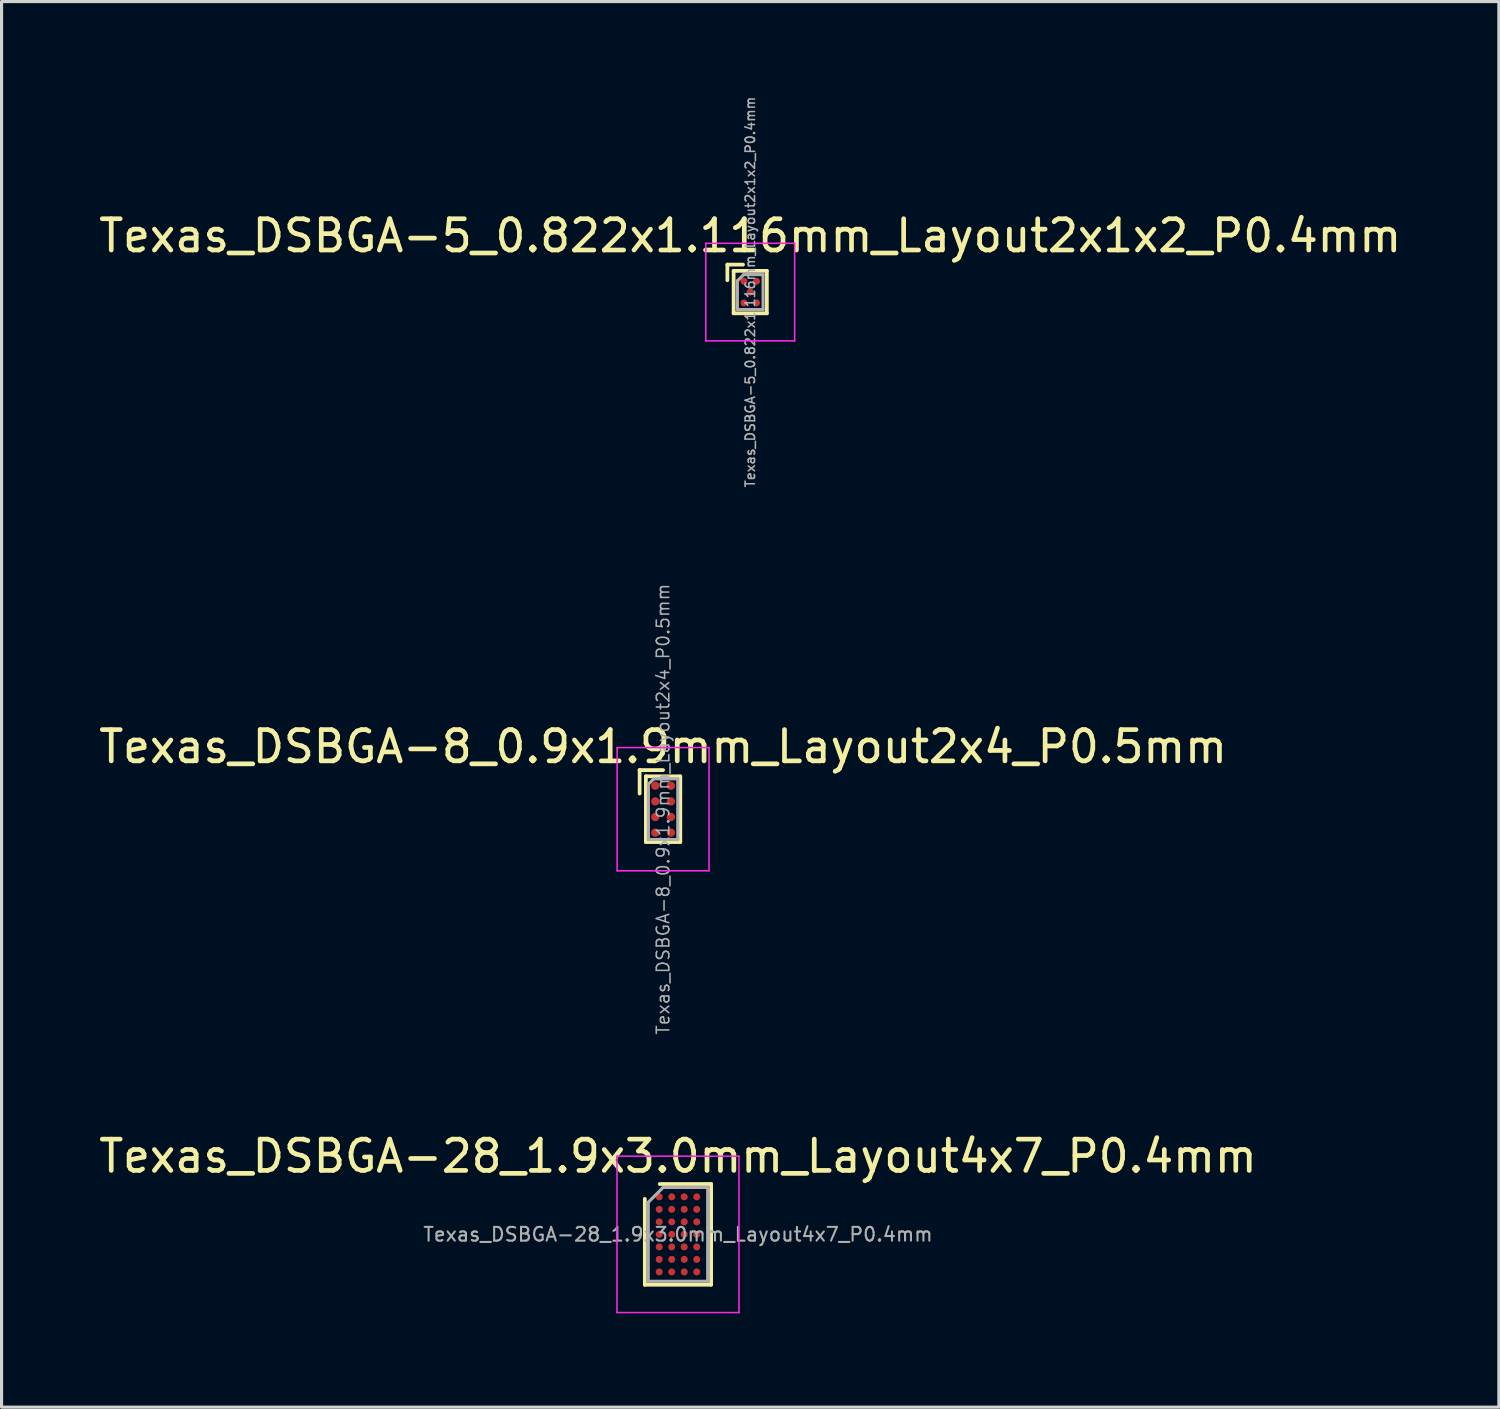
<source format=kicad_pcb>
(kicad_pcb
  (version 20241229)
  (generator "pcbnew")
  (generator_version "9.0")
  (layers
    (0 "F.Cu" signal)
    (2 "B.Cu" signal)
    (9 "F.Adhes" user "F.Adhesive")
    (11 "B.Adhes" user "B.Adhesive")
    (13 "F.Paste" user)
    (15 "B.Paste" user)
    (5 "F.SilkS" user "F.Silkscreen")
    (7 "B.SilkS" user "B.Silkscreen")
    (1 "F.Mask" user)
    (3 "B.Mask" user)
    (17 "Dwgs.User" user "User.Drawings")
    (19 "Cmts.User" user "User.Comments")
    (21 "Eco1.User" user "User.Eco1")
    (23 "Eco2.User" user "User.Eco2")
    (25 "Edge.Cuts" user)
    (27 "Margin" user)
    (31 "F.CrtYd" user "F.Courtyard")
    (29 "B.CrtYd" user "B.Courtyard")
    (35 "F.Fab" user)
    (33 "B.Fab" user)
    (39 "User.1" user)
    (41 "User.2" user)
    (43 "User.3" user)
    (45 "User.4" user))
  (footprint "Texas_DSBGA-5_0.822x1.116mm_Layout2x1x2_P0.4mm"
    (layer "F.Cu")
    (at 20.935 6.288)
    (property "Reference" "Texas_DSBGA-5_0.822x1.116mm_Layout2x1x2_P0.4mm" (at 0 -1.8 0) (layer "F.SilkS") (effects (font (size 1 1) (thickness 0.15))))
    (attr smd)
    (fp_line (start -0.731 -0.878) (end -0.731 -0.378) (stroke (width 0.12) (type solid)) (layer "F.SilkS"))
    (fp_line (start -0.531 -0.678) (end -0.531 0.678) (stroke (width 0.12) (type solid)) (layer "F.SilkS"))
    (fp_line (start -0.531 0.678) (end 0.531 0.678) (stroke (width 0.12) (type solid)) (layer "F.SilkS"))
    (fp_line (start -0.231 -0.878) (end -0.731 -0.878) (stroke (width 0.12) (type solid)) (layer "F.SilkS"))
    (fp_line (start 0.531 -0.678) (end -0.531 -0.678) (stroke (width 0.12) (type solid)) (layer "F.SilkS"))
    (fp_line (start 0.531 -0.678) (end 0.531 0.678) (stroke (width 0.12) (type solid)) (layer "F.SilkS"))
    (fp_line (start -1.42 -1.56) (end -1.42 1.56) (stroke (width 0.05) (type solid)) (layer "F.CrtYd"))
    (fp_line (start -1.42 -1.56) (end 1.42 -1.56) (stroke (width 0.05) (type solid)) (layer "F.CrtYd"))
    (fp_line (start 1.42 1.56) (end -1.42 1.56) (stroke (width 0.05) (type solid)) (layer "F.CrtYd"))
    (fp_line (start 1.42 1.56) (end 1.42 -1.56) (stroke (width 0.05) (type solid)) (layer "F.CrtYd"))
    (fp_line (start -0.411 -0.358) (end -0.411 0.558) (stroke (width 0.1) (type solid)) (layer "F.Fab"))
    (fp_line (start -0.411 -0.358) (end -0.211 -0.558) (stroke (width 0.1) (type solid)) (layer "F.Fab"))
    (fp_line (start -0.411 0.558) (end 0.411 0.558) (stroke (width 0.1) (type solid)) (layer "F.Fab"))
    (fp_line (start 0.411 -0.558) (end -0.211 -0.558) (stroke (width 0.1) (type solid)) (layer "F.Fab"))
    (fp_line (start 0.411 0.558) (end 0.411 -0.558) (stroke (width 0.1) (type solid)) (layer "F.Fab"))
    (fp_text user "${REFERENCE}" (at 0 0 90) (layer "F.Fab") (effects (font (size 0.3 0.3) (thickness 0.05))))
    (pad "" smd rect (at -0.2 -0.346) (size 0.25 0.25) (layers "F.Paste"))
    (pad "" smd rect (at -0.2 0.346) (size 0.25 0.25) (layers "F.Paste"))
    (pad "" smd rect (at 0 0) (size 0.25 0.25) (layers "F.Paste"))
    (pad "" smd rect (at 0.2 -0.346) (size 0.25 0.25) (layers "F.Paste"))
    (pad "" smd rect (at 0.2 0.346) (size 0.25 0.25) (layers "F.Paste"))
    (pad "A1" smd circle (at -0.2 -0.346) (size 0.225 0.225) (layers "F.Cu" "F.Mask"))
    (pad "A3" smd circle (at 0.2 -0.346) (size 0.225 0.225) (layers "F.Cu" "F.Mask"))
    (pad "B2" smd circle (at 0 0) (size 0.225 0.225) (layers "F.Cu" "F.Mask"))
    (pad "C1" smd circle (at -0.2 0.346) (size 0.225 0.225) (layers "F.Cu" "F.Mask"))
    (pad "C3" smd circle (at 0.2 0.346) (size 0.225 0.225) (layers "F.Cu" "F.Mask")))
  (footprint "Texas_DSBGA-28_1.9x3.0mm_Layout4x7_P0.4mm"
    (layer "F.Cu")
    (at 18.625 36.413)
    (property "Reference" "Texas_DSBGA-28_1.9x3.0mm_Layout4x7_P0.4mm" (at 0 -2.5 0) (layer "F.SilkS") (effects (font (size 1 1) (thickness 0.15))))
    (attr smd)
    (fp_line (start -1.06 1.61) (end -1.06 -1.135) (stroke (width 0.12) (type solid)) (layer "F.SilkS"))
    (fp_line (start -0.585 -1.61) (end 1.06 -1.61) (stroke (width 0.12) (type solid)) (layer "F.SilkS"))
    (fp_line (start 1.06 -1.61) (end 1.06 1.61) (stroke (width 0.12) (type solid)) (layer "F.SilkS"))
    (fp_line (start 1.06 1.61) (end -1.06 1.61) (stroke (width 0.12) (type solid)) (layer "F.SilkS"))
    (fp_line (start -1.95 -2.5) (end -1.95 2.5) (stroke (width 0.05) (type solid)) (layer "F.CrtYd"))
    (fp_line (start -1.95 2.5) (end 1.95 2.5) (stroke (width 0.05) (type solid)) (layer "F.CrtYd"))
    (fp_line (start 1.95 -2.5) (end -1.95 -2.5) (stroke (width 0.05) (type solid)) (layer "F.CrtYd"))
    (fp_line (start 1.95 2.5) (end 1.95 -2.5) (stroke (width 0.05) (type solid)) (layer "F.CrtYd"))
    (fp_line (start -0.95 -1.025) (end -0.475 -1.5) (stroke (width 0.1) (type solid)) (layer "F.Fab"))
    (fp_line (start -0.95 1.5) (end -0.95 -1.025) (stroke (width 0.1) (type solid)) (layer "F.Fab"))
    (fp_line (start -0.475 -1.5) (end 0.95 -1.5) (stroke (width 0.1) (type solid)) (layer "F.Fab"))
    (fp_line (start 0.95 -1.5) (end 0.95 1.5) (stroke (width 0.1) (type solid)) (layer "F.Fab"))
    (fp_line (start 0.95 1.5) (end -0.95 1.5) (stroke (width 0.1) (type solid)) (layer "F.Fab"))
    (fp_text user "${REFERENCE}" (at 0 0 0) (layer "F.Fab") (effects (font (size 0.44 0.44) (thickness 0.066))))
    (pad "A1" smd circle (at -0.6 -1.2) (size 0.225 0.225) (layers "F.Cu" "F.Mask" "F.Paste"))
    (pad "A2" smd circle (at -0.2 -1.2) (size 0.225 0.225) (layers "F.Cu" "F.Mask" "F.Paste"))
    (pad "A3" smd circle (at 0.2 -1.2) (size 0.225 0.225) (layers "F.Cu" "F.Mask" "F.Paste"))
    (pad "A4" smd circle (at 0.6 -1.2) (size 0.225 0.225) (layers "F.Cu" "F.Mask" "F.Paste"))
    (pad "B1" smd circle (at -0.6 -0.8) (size 0.225 0.225) (layers "F.Cu" "F.Mask" "F.Paste"))
    (pad "B2" smd circle (at -0.2 -0.8) (size 0.225 0.225) (layers "F.Cu" "F.Mask" "F.Paste"))
    (pad "B3" smd circle (at 0.2 -0.8) (size 0.225 0.225) (layers "F.Cu" "F.Mask" "F.Paste"))
    (pad "B4" smd circle (at 0.6 -0.8) (size 0.225 0.225) (layers "F.Cu" "F.Mask" "F.Paste"))
    (pad "C1" smd circle (at -0.6 -0.4) (size 0.225 0.225) (layers "F.Cu" "F.Mask" "F.Paste"))
    (pad "C2" smd circle (at -0.2 -0.4) (size 0.225 0.225) (layers "F.Cu" "F.Mask" "F.Paste"))
    (pad "C3" smd circle (at 0.2 -0.4) (size 0.225 0.225) (layers "F.Cu" "F.Mask" "F.Paste"))
    (pad "C4" smd circle (at 0.6 -0.4) (size 0.225 0.225) (layers "F.Cu" "F.Mask" "F.Paste"))
    (pad "D1" smd circle (at -0.6 0) (size 0.225 0.225) (layers "F.Cu" "F.Mask" "F.Paste"))
    (pad "D2" smd circle (at -0.2 0) (size 0.225 0.225) (layers "F.Cu" "F.Mask" "F.Paste"))
    (pad "D3" smd circle (at 0.2 0) (size 0.225 0.225) (layers "F.Cu" "F.Mask" "F.Paste"))
    (pad "D4" smd circle (at 0.6 0) (size 0.225 0.225) (layers "F.Cu" "F.Mask" "F.Paste"))
    (pad "E1" smd circle (at -0.6 0.4) (size 0.225 0.225) (layers "F.Cu" "F.Mask" "F.Paste"))
    (pad "E2" smd circle (at -0.2 0.4) (size 0.225 0.225) (layers "F.Cu" "F.Mask" "F.Paste"))
    (pad "E3" smd circle (at 0.2 0.4) (size 0.225 0.225) (layers "F.Cu" "F.Mask" "F.Paste"))
    (pad "E4" smd circle (at 0.6 0.4) (size 0.225 0.225) (layers "F.Cu" "F.Mask" "F.Paste"))
    (pad "F1" smd circle (at -0.6 0.8) (size 0.225 0.225) (layers "F.Cu" "F.Mask" "F.Paste"))
    (pad "F2" smd circle (at -0.2 0.8) (size 0.225 0.225) (layers "F.Cu" "F.Mask" "F.Paste"))
    (pad "F3" smd circle (at 0.2 0.8) (size 0.225 0.225) (layers "F.Cu" "F.Mask" "F.Paste"))
    (pad "F4" smd circle (at 0.6 0.8) (size 0.225 0.225) (layers "F.Cu" "F.Mask" "F.Paste"))
    (pad "G1" smd circle (at -0.6 1.2) (size 0.225 0.225) (layers "F.Cu" "F.Mask" "F.Paste"))
    (pad "G2" smd circle (at -0.2 1.2) (size 0.225 0.225) (layers "F.Cu" "F.Mask" "F.Paste"))
    (pad "G3" smd circle (at 0.2 1.2) (size 0.225 0.225) (layers "F.Cu" "F.Mask" "F.Paste"))
    (pad "G4" smd circle (at 0.6 1.2) (size 0.225 0.225) (layers "F.Cu" "F.Mask" "F.Paste")))
  (footprint "Texas_DSBGA-8_0.9x1.9mm_Layout2x4_P0.5mm"
    (layer "F.Cu")
    (at 18.149 22.82)
    (property "Reference" "Texas_DSBGA-8_0.9x1.9mm_Layout2x4_P0.5mm" (at 0 -2 0) (layer "F.SilkS") (effects (font (size 1 1) (thickness 0.15))))
    (attr smd)
    (fp_line (start -0.75 -1.25) (end -0.75 -1.25) (stroke (width 0.12) (type solid)) (layer "F.SilkS"))
    (fp_line (start -0.75 -1.25) (end -0.75 -0.5) (stroke (width 0.12) (type solid)) (layer "F.SilkS"))
    (fp_line (start -0.55 -1.05) (end -0.55 1.05) (stroke (width 0.12) (type solid)) (layer "F.SilkS"))
    (fp_line (start -0.55 1.05) (end 0.55 1.05) (stroke (width 0.12) (type solid)) (layer "F.SilkS"))
    (fp_line (start 0 -1.25) (end -0.75 -1.25) (stroke (width 0.12) (type solid)) (layer "F.SilkS"))
    (fp_line (start 0.55 -1.05) (end -0.55 -1.05) (stroke (width 0.12) (type solid)) (layer "F.SilkS"))
    (fp_line (start 0.55 -1.05) (end 0.55 1.05) (stroke (width 0.12) (type solid)) (layer "F.SilkS"))
    (fp_line (start -1.47 -1.97) (end -1.47 1.97) (stroke (width 0.05) (type solid)) (layer "F.CrtYd"))
    (fp_line (start -1.47 1.97) (end 1.47 1.97) (stroke (width 0.05) (type solid)) (layer "F.CrtYd"))
    (fp_line (start 1.47 -1.97) (end -1.47 -1.97) (stroke (width 0.05) (type solid)) (layer "F.CrtYd"))
    (fp_line (start 1.47 1.97) (end 1.47 -1.97) (stroke (width 0.05) (type solid)) (layer "F.CrtYd"))
    (fp_line (start -0.47 -0.8) (end -0.47 0.97) (stroke (width 0.1) (type solid)) (layer "F.Fab"))
    (fp_line (start -0.47 -0.8) (end -0.3 -0.97) (stroke (width 0.1) (type solid)) (layer "F.Fab"))
    (fp_line (start -0.47 0.97) (end 0.47 0.97) (stroke (width 0.1) (type solid)) (layer "F.Fab"))
    (fp_line (start 0.47 -0.97) (end -0.3 -0.97) (stroke (width 0.1) (type solid)) (layer "F.Fab"))
    (fp_line (start 0.47 0.97) (end 0.47 -0.97) (stroke (width 0.1) (type solid)) (layer "F.Fab"))
    (fp_text user "${REFERENCE}" (at 0 0 90) (layer "F.Fab") (effects (font (size 0.4 0.4) (thickness 0.05))))
    (pad "" smd rect (at -0.25 -0.75) (size 0.3 0.3) (layers "F.Paste"))
    (pad "" smd rect (at -0.25 -0.25) (size 0.3 0.3) (layers "F.Paste"))
    (pad "" smd rect (at -0.25 0.25) (size 0.3 0.3) (layers "F.Paste"))
    (pad "" smd rect (at -0.25 0.75) (size 0.3 0.3) (layers "F.Paste"))
    (pad "" smd rect (at 0.25 -0.75) (size 0.3 0.3) (layers "F.Paste"))
    (pad "" smd rect (at 0.25 -0.25) (size 0.3 0.3) (layers "F.Paste"))
    (pad "" smd rect (at 0.25 0.25) (size 0.3 0.3) (layers "F.Paste"))
    (pad "" smd rect (at 0.25 0.75) (size 0.3 0.3) (layers "F.Paste"))
    (pad "A1" smd circle (at -0.25 -0.75) (size 0.265 0.265) (layers "F.Cu" "F.Mask"))
    (pad "A2" smd circle (at 0.25 -0.75) (size 0.265 0.265) (layers "F.Cu" "F.Mask"))
    (pad "B1" smd circle (at -0.25 -0.25) (size 0.265 0.265) (layers "F.Cu" "F.Mask"))
    (pad "B2" smd circle (at 0.25 -0.25) (size 0.265 0.265) (layers "F.Cu" "F.Mask"))
    (pad "C1" smd circle (at -0.25 0.25) (size 0.265 0.265) (layers "F.Cu" "F.Mask"))
    (pad "C2" smd circle (at 0.25 0.25) (size 0.265 0.265) (layers "F.Cu" "F.Mask"))
    (pad "D1" smd circle (at -0.25 0.75) (size 0.265 0.265) (layers "F.Cu" "F.Mask"))
    (pad "D2" smd circle (at 0.25 0.75) (size 0.265 0.265) (layers "F.Cu" "F.Mask")))
  (gr_rect
    (start -3 -3)
    (end 44.869 41.938)
    (stroke (width 0.1) (type default))
    (fill no)
    (layer "Edge.Cuts")))
</source>
